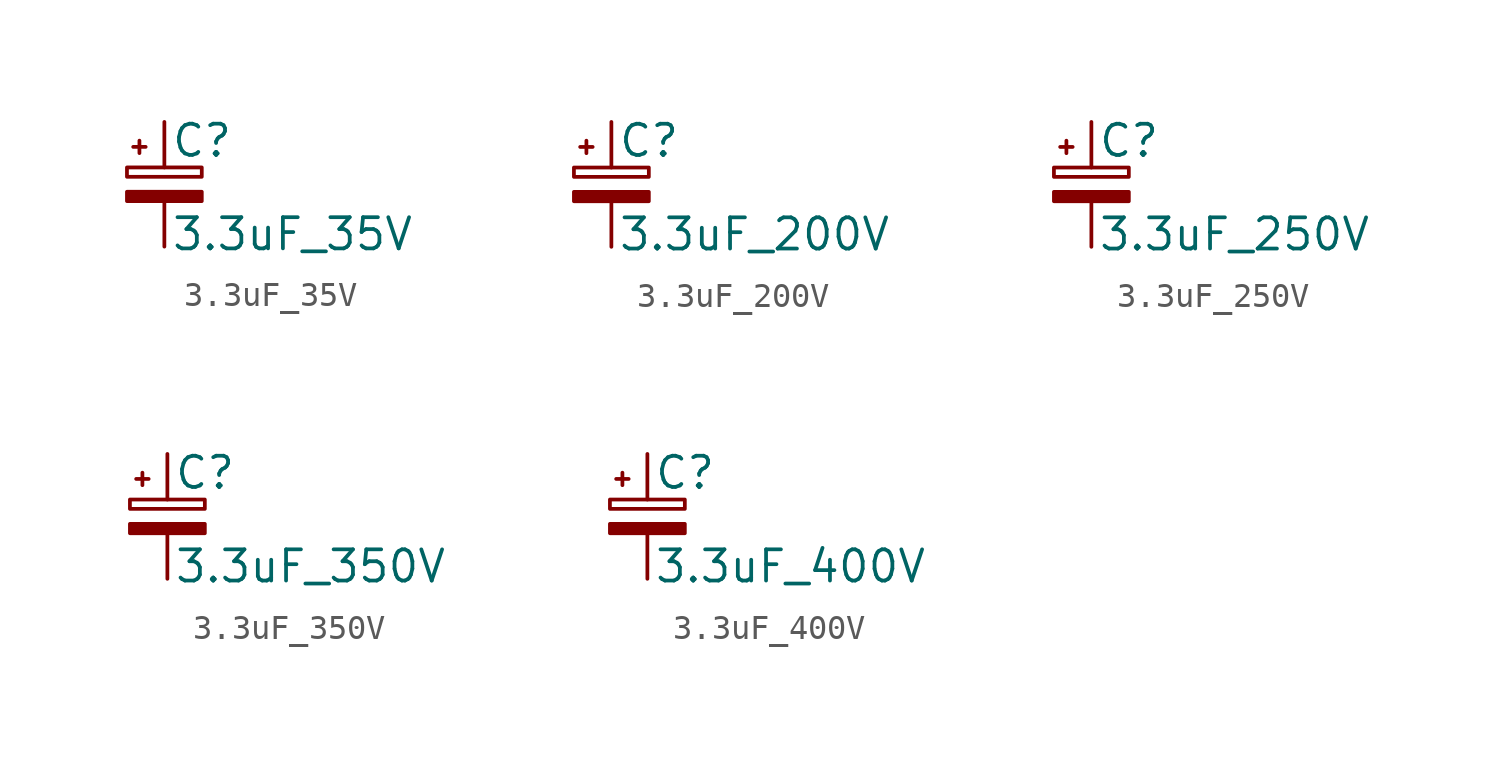
<source format=kicad_sym>
(kicad_symbol_lib
  (version 20211014)
  (generator kicad_symbol_editor)
  (symbol "3.3uF_35V"
    (pin_numbers hide)
    (pin_names
      (offset 0.254) hide)
    (property "Reference" "C"
      (at 0.254 1.778 0)
      (effects (font (size 1.27 1.27)) (justify left)))
    (property "Value" "3.3uF_35V"
      (at 0.254 -2.032 0)
      (effects (font (size 1.27 1.27)) (justify left)))
    (symbol "3.3uF_35V_0_1"
      (rectangle (start -1.524 -0.305) (end 1.524 -0.686) (stroke (width 0) (type default) (color 0 0 0 0)) (fill (type outline)))
      (rectangle (start -1.524 0.686) (end 1.524 0.305) (stroke (width 0) (type default) (color 0 0 0 0)) (fill (type none)))
      (polyline (pts (xy -1.27 1.524) (xy -0.762 1.524)) (stroke (width 0) (type default) (color 0 0 0 0)) (fill (type none)))
      (polyline (pts (xy -1.016 1.27) (xy -1.016 1.778)) (stroke (width 0) (type default) (color 0 0 0 0)) (fill (type none))))
    (symbol "3.3uF_35V_1_1"
      (pin passive line (at 0 2.54 270) (length 1.854) (name "~" (effects (font (size 1.27 1.27)))) (number "1" (effects (font (size 1.27 1.27)))))
      (pin passive line (at 0 -2.54 90) (length 1.854) (name "~" (effects (font (size 1.27 1.27)))) (number "2" (effects (font (size 1.27 1.27)))))))
  (symbol "3.3uF_200V"
    (pin_numbers hide)
    (pin_names
      (offset 0.254) hide)
    (property "Reference" "C"
      (at 0.254 1.778 0)
      (effects (font (size 1.27 1.27)) (justify left)))
    (property "Value" "3.3uF_200V"
      (at 0.254 -2.032 0)
      (effects (font (size 1.27 1.27)) (justify left)))
    (symbol "3.3uF_200V_0_1"
      (rectangle (start -1.524 -0.305) (end 1.524 -0.686) (stroke (width 0) (type default) (color 0 0 0 0)) (fill (type outline)))
      (rectangle (start -1.524 0.686) (end 1.524 0.305) (stroke (width 0) (type default) (color 0 0 0 0)) (fill (type none)))
      (polyline (pts (xy -1.27 1.524) (xy -0.762 1.524)) (stroke (width 0) (type default) (color 0 0 0 0)) (fill (type none)))
      (polyline (pts (xy -1.016 1.27) (xy -1.016 1.778)) (stroke (width 0) (type default) (color 0 0 0 0)) (fill (type none))))
    (symbol "3.3uF_200V_1_1"
      (pin passive line (at 0 2.54 270) (length 1.854) (name "~" (effects (font (size 1.27 1.27)))) (number "1" (effects (font (size 1.27 1.27)))))
      (pin passive line (at 0 -2.54 90) (length 1.854) (name "~" (effects (font (size 1.27 1.27)))) (number "2" (effects (font (size 1.27 1.27)))))))
  (symbol "3.3uF_250V"
    (pin_numbers hide)
    (pin_names
      (offset 0.254) hide)
    (property "Reference" "C"
      (at 0.254 1.778 0)
      (effects (font (size 1.27 1.27)) (justify left)))
    (property "Value" "3.3uF_250V"
      (at 0.254 -2.032 0)
      (effects (font (size 1.27 1.27)) (justify left)))
    (symbol "3.3uF_250V_0_1"
      (rectangle (start -1.524 -0.305) (end 1.524 -0.686) (stroke (width 0) (type default) (color 0 0 0 0)) (fill (type outline)))
      (rectangle (start -1.524 0.686) (end 1.524 0.305) (stroke (width 0) (type default) (color 0 0 0 0)) (fill (type none)))
      (polyline (pts (xy -1.27 1.524) (xy -0.762 1.524)) (stroke (width 0) (type default) (color 0 0 0 0)) (fill (type none)))
      (polyline (pts (xy -1.016 1.27) (xy -1.016 1.778)) (stroke (width 0) (type default) (color 0 0 0 0)) (fill (type none))))
    (symbol "3.3uF_250V_1_1"
      (pin passive line (at 0 2.54 270) (length 1.854) (name "~" (effects (font (size 1.27 1.27)))) (number "1" (effects (font (size 1.27 1.27)))))
      (pin passive line (at 0 -2.54 90) (length 1.854) (name "~" (effects (font (size 1.27 1.27)))) (number "2" (effects (font (size 1.27 1.27)))))))
  (symbol "3.3uF_350V"
    (pin_numbers hide)
    (pin_names
      (offset 0.254) hide)
    (property "Reference" "C"
      (at 0.254 1.778 0)
      (effects (font (size 1.27 1.27)) (justify left)))
    (property "Value" "3.3uF_350V"
      (at 0.254 -2.032 0)
      (effects (font (size 1.27 1.27)) (justify left)))
    (symbol "3.3uF_350V_0_1"
      (rectangle (start -1.524 -0.305) (end 1.524 -0.686) (stroke (width 0) (type default) (color 0 0 0 0)) (fill (type outline)))
      (rectangle (start -1.524 0.686) (end 1.524 0.305) (stroke (width 0) (type default) (color 0 0 0 0)) (fill (type none)))
      (polyline (pts (xy -1.27 1.524) (xy -0.762 1.524)) (stroke (width 0) (type default) (color 0 0 0 0)) (fill (type none)))
      (polyline (pts (xy -1.016 1.27) (xy -1.016 1.778)) (stroke (width 0) (type default) (color 0 0 0 0)) (fill (type none))))
    (symbol "3.3uF_350V_1_1"
      (pin passive line (at 0 2.54 270) (length 1.854) (name "~" (effects (font (size 1.27 1.27)))) (number "1" (effects (font (size 1.27 1.27)))))
      (pin passive line (at 0 -2.54 90) (length 1.854) (name "~" (effects (font (size 1.27 1.27)))) (number "2" (effects (font (size 1.27 1.27)))))))
  (symbol "3.3uF_400V"
    (pin_numbers hide)
    (pin_names
      (offset 0.254) hide)
    (property "Reference" "C"
      (at 0.254 1.778 0)
      (effects (font (size 1.27 1.27)) (justify left)))
    (property "Value" "3.3uF_400V"
      (at 0.254 -2.032 0)
      (effects (font (size 1.27 1.27)) (justify left)))
    (symbol "3.3uF_400V_0_1"
      (rectangle (start -1.524 -0.305) (end 1.524 -0.686) (stroke (width 0) (type default) (color 0 0 0 0)) (fill (type outline)))
      (rectangle (start -1.524 0.686) (end 1.524 0.305) (stroke (width 0) (type default) (color 0 0 0 0)) (fill (type none)))
      (polyline (pts (xy -1.27 1.524) (xy -0.762 1.524)) (stroke (width 0) (type default) (color 0 0 0 0)) (fill (type none)))
      (polyline (pts (xy -1.016 1.27) (xy -1.016 1.778)) (stroke (width 0) (type default) (color 0 0 0 0)) (fill (type none))))
    (symbol "3.3uF_400V_1_1"
      (pin passive line (at 0 2.54 270) (length 1.854) (name "~" (effects (font (size 1.27 1.27)))) (number "1" (effects (font (size 1.27 1.27)))))
      (pin passive line (at 0 -2.54 90) (length 1.854) (name "~" (effects (font (size 1.27 1.27)))) (number "2" (effects (font (size 1.27 1.27))))))))
</source>
